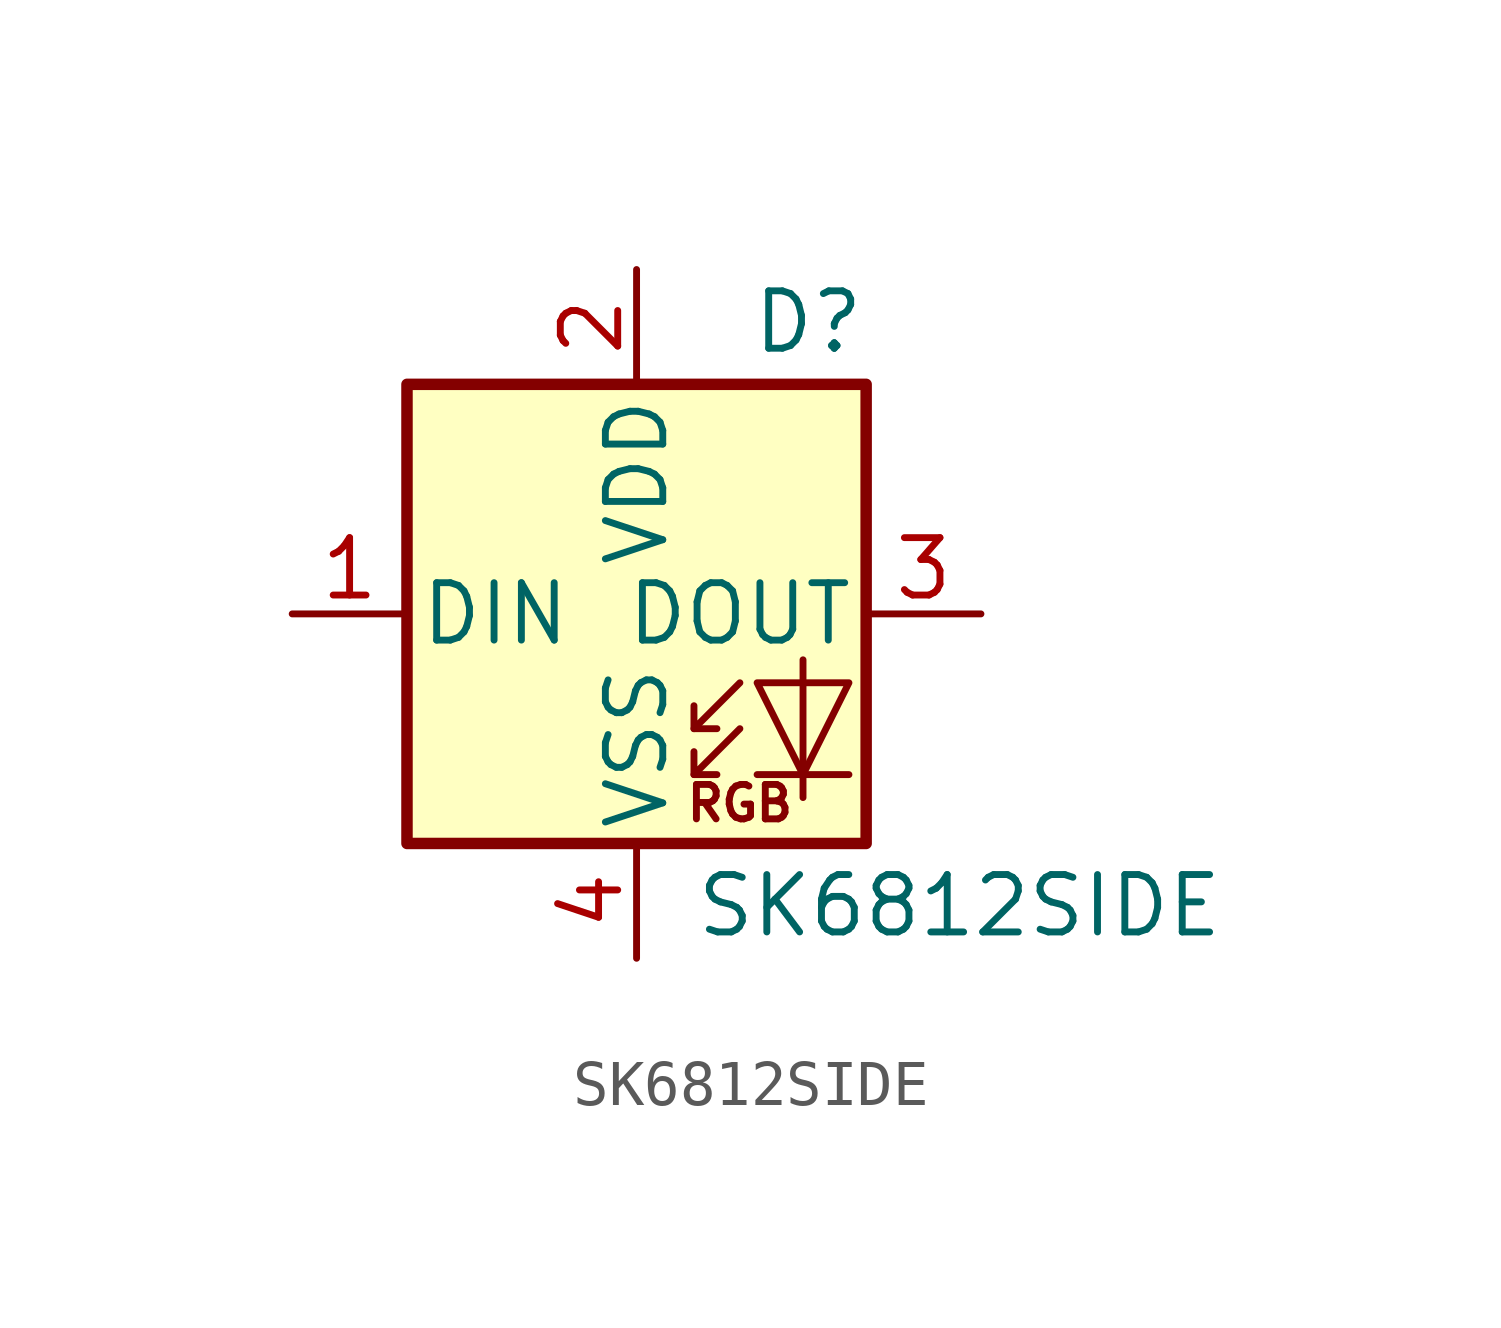
<source format=kicad_sym>
(kicad_symbol_lib
  (version 20220914)
  (generator kicad_symbol_editor)
  (symbol "SK6812SIDE"
    (pin_names
      (offset 0.254))
    (property "Reference" "D"
      (at 5.08 5.715 0)
      (effects (font (size 1.27 1.27)) (justify right bottom)))
    (property "Value" "SK6812SIDE"
      (at 1.27 -5.715 0)
      (effects (font (size 1.27 1.27)) (justify left top)))
    (symbol "SK6812SIDE_0_0"
      (text "RGB" (at 2.286 -4.191 0) (effects (font (size 0.762 0.762)))))
    (symbol "SK6812SIDE_0_1"
      (rectangle (start -5.08 5.08) (end 5.08 -5.08) (stroke (width 0.254) (type default)) (fill (type background)))
      (polyline (pts (xy 1.27 -3.556) (xy 1.778 -3.556)) (stroke (width 0) (type default)) (fill (type none)))
      (polyline (pts (xy 1.27 -2.54) (xy 1.778 -2.54)) (stroke (width 0) (type default)) (fill (type none)))
      (polyline (pts (xy 4.699 -3.556) (xy 2.667 -3.556)) (stroke (width 0) (type default)) (fill (type none)))
      (polyline (pts (xy 2.286 -2.54) (xy 1.27 -3.556) (xy 1.27 -3.048)) (stroke (width 0) (type default)) (fill (type none)))
      (polyline (pts (xy 2.286 -1.524) (xy 1.27 -2.54) (xy 1.27 -2.032)) (stroke (width 0) (type default)) (fill (type none)))
      (polyline (pts (xy 3.683 -1.016) (xy 3.683 -3.556) (xy 3.683 -4.064)) (stroke (width 0) (type default)) (fill (type none)))
      (polyline (pts (xy 4.699 -1.524) (xy 2.667 -1.524) (xy 3.683 -3.556) (xy 4.699 -1.524)) (stroke (width 0) (type default)) (fill (type none))))
    (symbol "SK6812SIDE_1_1"
      (pin input line (at -7.62 0 0) (length 2.54) (name "DIN" (effects (font (size 1.27 1.27)))) (number "1" (effects (font (size 1.27 1.27)))))
      (pin power_in line (at 0 7.62 270) (length 2.54) (name "VDD" (effects (font (size 1.27 1.27)))) (number "2" (effects (font (size 1.27 1.27)))))
      (pin output line (at 7.62 0 180) (length 2.54) (name "DOUT" (effects (font (size 1.27 1.27)))) (number "3" (effects (font (size 1.27 1.27)))))
      (pin power_in line (at 0 -7.62 90) (length 2.54) (name "VSS" (effects (font (size 1.27 1.27)))) (number "4" (effects (font (size 1.27 1.27))))))))
</source>
